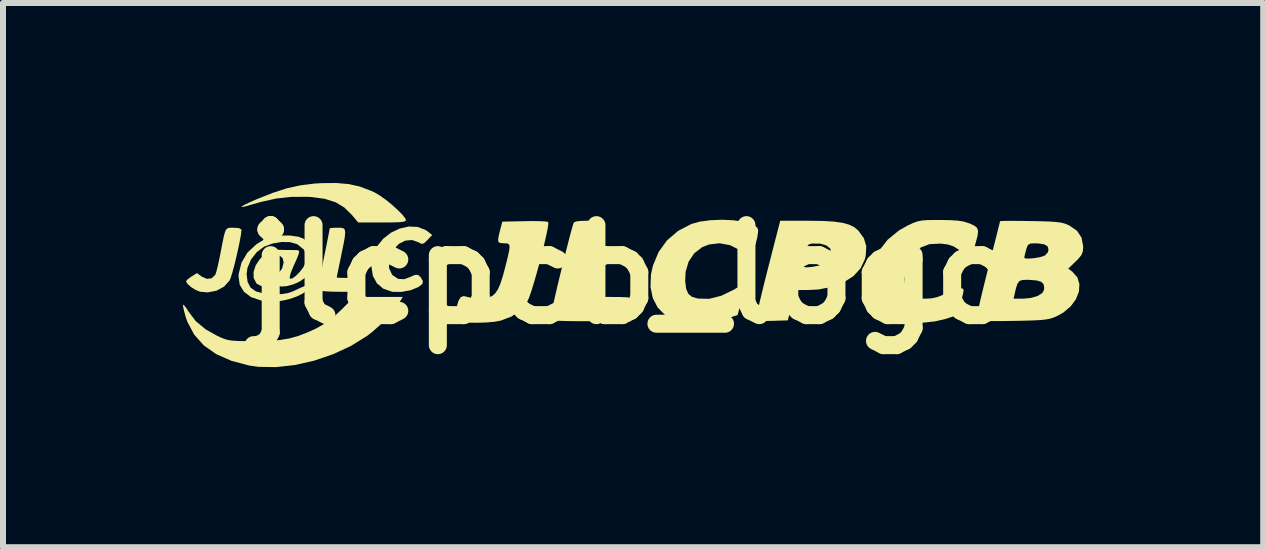
<source format=kicad_pcb>
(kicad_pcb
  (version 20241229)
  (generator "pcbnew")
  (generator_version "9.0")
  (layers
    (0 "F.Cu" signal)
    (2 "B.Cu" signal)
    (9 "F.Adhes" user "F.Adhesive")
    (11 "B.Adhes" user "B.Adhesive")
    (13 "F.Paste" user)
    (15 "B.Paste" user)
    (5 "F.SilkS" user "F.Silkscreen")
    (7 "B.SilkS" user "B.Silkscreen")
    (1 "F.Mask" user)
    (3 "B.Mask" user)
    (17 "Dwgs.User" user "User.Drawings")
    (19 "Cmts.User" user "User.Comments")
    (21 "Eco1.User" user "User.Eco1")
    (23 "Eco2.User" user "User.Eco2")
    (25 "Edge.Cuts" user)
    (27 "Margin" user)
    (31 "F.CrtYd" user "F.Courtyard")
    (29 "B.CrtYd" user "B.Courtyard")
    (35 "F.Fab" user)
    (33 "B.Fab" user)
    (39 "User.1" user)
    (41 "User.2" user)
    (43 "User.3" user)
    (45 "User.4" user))
  (footprint "jlcpcb_logo"
    (layer "F.Cu")
    (at 7.497 1.524)
    (property "Reference" "jlcpcb_logo" (at 0 0 0) (layer "F.SilkS") (effects (font (size 1.5 1.5) (thickness 0.3))))
    (attr board_only exclude_from_pos_files exclude_from_bom)
    (fp_poly (pts (xy -4.735 -1.506) (xy -4.551 -1.465) (xy -4.368 -1.396) (xy -4.301 -1.365) (xy -4.216 -1.315) (xy -4.116 -1.244) (xy -4.013 -1.16) (xy -3.918 -1.074) (xy -3.84 -0.995) (xy -3.792 -0.933) (xy -3.781 -0.905) (xy -3.793 -0.889) (xy -3.834 -0.877) (xy -3.91 -0.87) (xy -4.031 -0.867) (xy -4.179 -0.866) (xy -4.577 -0.866) (xy -4.684 -0.993) (xy -4.809 -1.116) (xy -4.956 -1.204) (xy -5.134 -1.26) (xy -5.353 -1.29) (xy -5.425 -1.294) (xy -5.69 -1.293) (xy -5.94 -1.266) (xy -6.198 -1.209) (xy -6.342 -1.168) (xy -6.456 -1.135) (xy -6.516 -1.123) (xy -6.523 -1.131) (xy -6.478 -1.158) (xy -6.382 -1.204) (xy -6.263 -1.256) (xy -5.998 -1.361) (xy -5.762 -1.437) (xy -5.536 -1.486) (xy -5.303 -1.515) (xy -5.181 -1.522) (xy -4.939 -1.524)) (stroke (width 0) (type solid)) (fill yes) (layer "F.SilkS"))
    (fp_poly (pts (xy -6.655 -0.779) (xy -6.651 -0.779) (xy -6.563 -0.772) (xy -6.525 -0.75) (xy -6.523 -0.74) (xy -6.53 -0.672) (xy -6.549 -0.566) (xy -6.576 -0.434) (xy -6.608 -0.292) (xy -6.642 -0.153) (xy -6.675 -0.031) (xy -6.703 0.058) (xy -6.719 0.098) (xy -6.812 0.202) (xy -6.939 0.271) (xy -7.087 0.299) (xy -7.211 0.288) (xy -7.284 0.259) (xy -7.36 0.212) (xy -7.42 0.16) (xy -7.447 0.115) (xy -7.447 0.113) (xy -7.425 0.086) (xy -7.37 0.044) (xy -7.355 0.034) (xy -7.264 -0.023) (xy -7.186 0.035) (xy -7.098 0.074) (xy -7.017 0.063) (xy -6.958 0.004) (xy -6.958 0.004) (xy -6.942 -0.044) (xy -6.919 -0.134) (xy -6.893 -0.254) (xy -6.871 -0.362) (xy -6.84 -0.524) (xy -6.817 -0.637) (xy -6.796 -0.711) (xy -6.774 -0.754) (xy -6.746 -0.774) (xy -6.708 -0.779)) (stroke (width 0) (type solid)) (fill yes) (layer "F.SilkS"))
    (fp_poly (pts (xy -4.864 -0.778) (xy -4.824 -0.77) (xy -4.801 -0.746) (xy -4.794 -0.699) (xy -4.801 -0.621) (xy -4.822 -0.503) (xy -4.856 -0.339) (xy -4.863 -0.302) (xy -4.891 -0.169) (xy -4.914 -0.059) (xy -4.929 0.018) (xy -4.935 0.05) (xy -4.935 0.051) (xy -4.909 0.054) (xy -4.839 0.057) (xy -4.739 0.058) (xy -4.718 0.058) (xy -4.593 0.062) (xy -4.517 0.076) (xy -4.483 0.108) (xy -4.484 0.161) (xy -4.501 0.211) (xy -4.53 0.289) (xy -4.876 0.289) (xy -5.011 0.287) (xy -5.124 0.281) (xy -5.203 0.273) (xy -5.237 0.263) (xy -5.236 0.228) (xy -5.226 0.146) (xy -5.206 0.026) (xy -5.179 -0.121) (xy -5.152 -0.261) (xy -5.119 -0.423) (xy -5.091 -0.564) (xy -5.069 -0.675) (xy -5.055 -0.747) (xy -5.051 -0.77) (xy -5.025 -0.775) (xy -4.96 -0.779) (xy -4.921 -0.779)) (stroke (width 0) (type solid)) (fill yes) (layer "F.SilkS"))
    (fp_poly (pts (xy -3.587 -0.792) (xy -3.455 -0.741) (xy -3.42 -0.717) (xy -3.344 -0.657) (xy -3.424 -0.574) (xy -3.478 -0.522) (xy -3.516 -0.509) (xy -3.558 -0.527) (xy -3.569 -0.534) (xy -3.678 -0.574) (xy -3.793 -0.564) (xy -3.901 -0.509) (xy -3.99 -0.413) (xy -4.012 -0.376) (xy -4.062 -0.235) (xy -4.064 -0.108) (xy -4.017 -0.005) (xy -3.999 0.016) (xy -3.91 0.074) (xy -3.81 0.079) (xy -3.713 0.043) (xy -3.633 0.008) (xy -3.582 0.007) (xy -3.54 0.041) (xy -3.533 0.051) (xy -3.498 0.113) (xy -3.51 0.16) (xy -3.574 0.209) (xy -3.577 0.211) (xy -3.705 0.263) (xy -3.856 0.291) (xy -3.999 0.29) (xy -4.012 0.288) (xy -4.158 0.238) (xy -4.266 0.147) (xy -4.333 0.023) (xy -4.357 -0.131) (xy -4.333 -0.306) (xy -4.33 -0.319) (xy -4.264 -0.468) (xy -4.161 -0.595) (xy -4.032 -0.696) (xy -3.886 -0.765) (xy -3.734 -0.799)) (stroke (width 0) (type solid)) (fill yes) (layer "F.SilkS"))
    (fp_poly (pts (xy -3.888 0.464) (xy -3.966 0.576) (xy -4.077 0.705) (xy -4.207 0.837) (xy -4.341 0.956) (xy -4.429 1.024) (xy -4.698 1.191) (xy -4.996 1.329) (xy -5.31 1.436) (xy -5.629 1.509) (xy -5.941 1.544) (xy -6.235 1.54) (xy -6.393 1.518) (xy -6.694 1.438) (xy -6.947 1.326) (xy -7.152 1.181) (xy -7.311 1.002) (xy -7.424 0.79) (xy -7.451 0.713) (xy -7.478 0.614) (xy -7.495 0.54) (xy -7.497 0.503) (xy -7.497 0.502) (xy -7.476 0.517) (xy -7.437 0.569) (xy -7.408 0.615) (xy -7.285 0.778) (xy -7.118 0.916) (xy -6.929 1.022) (xy -6.854 1.056) (xy -6.791 1.08) (xy -6.727 1.096) (xy -6.65 1.105) (xy -6.547 1.11) (xy -6.406 1.111) (xy -6.307 1.111) (xy -6.076 1.106) (xy -5.886 1.093) (xy -5.723 1.066) (xy -5.57 1.023) (xy -5.411 0.961) (xy -5.282 0.902) (xy -5.129 0.816) (xy -4.987 0.709) (xy -4.856 0.586) (xy -4.646 0.375) (xy -4.241 0.375) (xy -3.836 0.375)) (stroke (width 0) (type solid)) (fill yes) (layer "F.SilkS"))
    (fp_poly (pts (xy -0.597 -0.894) (xy -0.521 -0.889) (xy -0.48 -0.879) (xy -0.464 -0.86) (xy -0.462 -0.836) (xy -0.468 -0.795) (xy -0.487 -0.709) (xy -0.514 -0.587) (xy -0.548 -0.442) (xy -0.585 -0.284) (xy -0.624 -0.122) (xy -0.662 0.032) (xy -0.697 0.167) (xy -0.725 0.274) (xy -0.739 0.325) (xy -0.741 0.345) (xy -0.726 0.359) (xy -0.686 0.368) (xy -0.611 0.373) (xy -0.494 0.375) (xy -0.376 0.375) (xy -0.21 0.376) (xy -0.094 0.381) (xy -0.021 0.397) (xy 0.017 0.426) (xy 0.028 0.476) (xy 0.018 0.55) (xy 0.002 0.623) (xy -0.033 0.779) (xy -0.696 0.779) (xy -0.914 0.779) (xy -1.082 0.777) (xy -1.205 0.773) (xy -1.289 0.767) (xy -1.341 0.759) (xy -1.368 0.747) (xy -1.374 0.739) (xy -1.37 0.704) (xy -1.354 0.623) (xy -1.328 0.502) (xy -1.294 0.352) (xy -1.254 0.181) (xy -1.21 -0.002) (xy -1.164 -0.189) (xy -1.119 -0.371) (xy -1.076 -0.539) (xy -1.038 -0.685) (xy -1.006 -0.799) (xy -0.993 -0.844) (xy -0.978 -0.869) (xy -0.943 -0.884) (xy -0.876 -0.892) (xy -0.768 -0.895) (xy -0.72 -0.895)) (stroke (width 0) (type solid)) (fill yes) (layer "F.SilkS"))
    (fp_poly (pts (xy -1.543 -0.888) (xy -1.455 -0.883) (xy -1.412 -0.875) (xy -1.411 -0.874) (xy -1.409 -0.838) (xy -1.421 -0.757) (xy -1.446 -0.64) (xy -1.479 -0.496) (xy -1.519 -0.335) (xy -1.563 -0.167) (xy -1.608 -0.002) (xy -1.653 0.152) (xy -1.694 0.284) (xy -1.729 0.384) (xy -1.753 0.439) (xy -1.865 0.588) (xy -2.02 0.7) (xy -2.201 0.769) (xy -2.305 0.788) (xy -2.438 0.8) (xy -2.582 0.805) (xy -2.72 0.803) (xy -2.835 0.794) (xy -2.908 0.778) (xy -2.949 0.758) (xy -2.968 0.729) (xy -2.967 0.678) (xy -2.949 0.589) (xy -2.94 0.554) (xy -2.907 0.441) (xy -2.869 0.379) (xy -2.82 0.36) (xy -2.76 0.374) (xy -2.656 0.398) (xy -2.538 0.403) (xy -2.426 0.39) (xy -2.346 0.36) (xy -2.344 0.359) (xy -2.293 0.313) (xy -2.249 0.249) (xy -2.208 0.155) (xy -2.166 0.024) (xy -2.123 -0.138) (xy -2.085 -0.29) (xy -2.062 -0.395) (xy -2.054 -0.462) (xy -2.062 -0.499) (xy -2.087 -0.516) (xy -2.13 -0.519) (xy -2.15 -0.52) (xy -2.209 -0.523) (xy -2.24 -0.54) (xy -2.246 -0.582) (xy -2.232 -0.661) (xy -2.213 -0.736) (xy -2.176 -0.88) (xy -1.804 -0.888) (xy -1.663 -0.89)) (stroke (width 0) (type solid)) (fill yes) (layer "F.SilkS"))
    (fp_poly (pts (xy 1.674 -0.903) (xy 1.841 -0.88) (xy 1.948 -0.848) (xy 2.033 -0.811) (xy 2.075 -0.778) (xy 2.088 -0.737) (xy 2.087 -0.711) (xy 2.073 -0.613) (xy 2.046 -0.509) (xy 2.013 -0.415) (xy 1.979 -0.346) (xy 1.95 -0.318) (xy 1.948 -0.318) (xy 1.903 -0.333) (xy 1.83 -0.374) (xy 1.776 -0.41) (xy 1.617 -0.489) (xy 1.444 -0.52) (xy 1.272 -0.5) (xy 1.155 -0.455) (xy 1.023 -0.353) (xy 0.929 -0.213) (xy 0.879 -0.044) (xy 0.872 0.109) (xy 0.888 0.239) (xy 0.924 0.323) (xy 0.987 0.374) (xy 1.085 0.402) (xy 1.088 0.402) (xy 1.273 0.406) (xy 1.474 0.355) (xy 1.69 0.25) (xy 1.729 0.226) (xy 1.784 0.204) (xy 1.822 0.223) (xy 1.837 0.256) (xy 1.835 0.316) (xy 1.814 0.415) (xy 1.801 0.467) (xy 1.746 0.676) (xy 1.544 0.741) (xy 1.374 0.781) (xy 1.182 0.802) (xy 0.989 0.804) (xy 0.814 0.788) (xy 0.696 0.759) (xy 0.535 0.674) (xy 0.413 0.55) (xy 0.332 0.393) (xy 0.294 0.209) (xy 0.301 0.004) (xy 0.334 -0.146) (xy 0.43 -0.376) (xy 0.57 -0.569) (xy 0.754 -0.726) (xy 0.977 -0.842) (xy 1.118 -0.881) (xy 1.293 -0.904) (xy 1.485 -0.912)) (stroke (width 0) (type solid)) (fill yes) (layer "F.SilkS"))
    (fp_poly (pts (xy 3.161 -0.892) (xy 3.347 -0.881) (xy 3.491 -0.861) (xy 3.602 -0.831) (xy 3.688 -0.789) (xy 3.756 -0.733) (xy 3.759 -0.729) (xy 3.85 -0.604) (xy 3.89 -0.47) (xy 3.881 -0.316) (xy 3.866 -0.252) (xy 3.795 -0.102) (xy 3.676 0.027) (xy 3.515 0.131) (xy 3.319 0.206) (xy 3.095 0.25) (xy 2.924 0.259) (xy 2.715 0.26) (xy 2.684 0.382) (xy 2.655 0.493) (xy 2.623 0.612) (xy 2.617 0.635) (xy 2.582 0.765) (xy 2.329 0.773) (xy 2.201 0.775) (xy 2.12 0.77) (xy 2.076 0.757) (xy 2.062 0.741) (xy 2.061 0.717) (xy 2.069 0.665) (xy 2.086 0.581) (xy 2.113 0.463) (xy 2.15 0.306) (xy 2.199 0.107) (xy 2.261 -0.137) (xy 2.269 -0.167) (xy 2.829 -0.167) (xy 2.844 -0.129) (xy 2.888 -0.118) (xy 2.965 -0.124) (xy 2.972 -0.124) (xy 3.069 -0.141) (xy 3.15 -0.162) (xy 3.174 -0.173) (xy 3.234 -0.22) (xy 3.28 -0.276) (xy 3.31 -0.36) (xy 3.29 -0.431) (xy 3.225 -0.484) (xy 3.124 -0.514) (xy 2.993 -0.515) (xy 2.986 -0.515) (xy 2.935 -0.502) (xy 2.903 -0.468) (xy 2.877 -0.398) (xy 2.867 -0.361) (xy 2.838 -0.241) (xy 2.829 -0.167) (xy 2.269 -0.167) (xy 2.336 -0.43) (xy 2.425 -0.775) (xy 2.428 -0.787) (xy 2.456 -0.895) (xy 2.926 -0.895)) (stroke (width 0) (type solid)) (fill yes) (layer "F.SilkS"))
    (fp_poly (pts (xy 5.123 -0.908) (xy 5.289 -0.905) (xy 5.411 -0.897) (xy 5.506 -0.883) (xy 5.586 -0.859) (xy 5.614 -0.849) (xy 5.69 -0.814) (xy 5.735 -0.778) (xy 5.753 -0.728) (xy 5.746 -0.651) (xy 5.716 -0.536) (xy 5.701 -0.483) (xy 5.667 -0.382) (xy 5.629 -0.331) (xy 5.578 -0.327) (xy 5.501 -0.366) (xy 5.437 -0.41) (xy 5.346 -0.467) (xy 5.257 -0.498) (xy 5.142 -0.513) (xy 5.123 -0.514) (xy 4.944 -0.505) (xy 4.799 -0.45) (xy 4.683 -0.347) (xy 4.607 -0.226) (xy 4.551 -0.077) (xy 4.528 0.071) (xy 4.538 0.204) (xy 4.581 0.308) (xy 4.602 0.333) (xy 4.651 0.373) (xy 4.708 0.395) (xy 4.793 0.403) (xy 4.859 0.404) (xy 4.974 0.399) (xy 5.072 0.378) (xy 5.179 0.335) (xy 5.24 0.306) (xy 5.37 0.247) (xy 5.458 0.225) (xy 5.504 0.239) (xy 5.512 0.27) (xy 5.504 0.313) (xy 5.484 0.394) (xy 5.459 0.49) (xy 5.406 0.678) (xy 5.207 0.742) (xy 5.04 0.781) (xy 4.851 0.802) (xy 4.66 0.805) (xy 4.486 0.789) (xy 4.364 0.76) (xy 4.219 0.684) (xy 4.096 0.575) (xy 4.009 0.445) (xy 3.983 0.375) (xy 3.966 0.273) (xy 3.959 0.146) (xy 3.961 0.055) (xy 4.006 -0.179) (xy 4.102 -0.393) (xy 4.246 -0.579) (xy 4.435 -0.734) (xy 4.584 -0.818) (xy 4.669 -0.857) (xy 4.74 -0.883) (xy 4.813 -0.898) (xy 4.901 -0.906) (xy 5.022 -0.908)) (stroke (width 0) (type solid)) (fill yes) (layer "F.SilkS"))
    (fp_poly (pts (xy 6.483 -0.892) (xy 6.631 -0.89) (xy 6.82 -0.886) (xy 6.961 -0.881) (xy 7.064 -0.873) (xy 7.14 -0.863) (xy 7.2 -0.847) (xy 7.252 -0.826) (xy 7.274 -0.816) (xy 7.401 -0.729) (xy 7.477 -0.615) (xy 7.504 -0.472) (xy 7.505 -0.46) (xy 7.499 -0.383) (xy 7.475 -0.323) (xy 7.422 -0.258) (xy 7.38 -0.217) (xy 7.256 -0.098) (xy 7.324 -0.046) (xy 7.407 0.047) (xy 7.442 0.161) (xy 7.434 0.285) (xy 7.385 0.411) (xy 7.298 0.53) (xy 7.176 0.634) (xy 7.064 0.696) (xy 7.008 0.719) (xy 6.953 0.737) (xy 6.888 0.749) (xy 6.804 0.759) (xy 6.691 0.765) (xy 6.541 0.77) (xy 6.343 0.774) (xy 6.328 0.774) (xy 6.123 0.777) (xy 5.969 0.777) (xy 5.859 0.775) (xy 5.787 0.769) (xy 5.746 0.76) (xy 5.729 0.746) (xy 5.729 0.746) (xy 5.732 0.709) (xy 5.748 0.623) (xy 5.776 0.497) (xy 5.797 0.404) (xy 6.345 0.404) (xy 6.499 0.404) (xy 6.621 0.393) (xy 6.73 0.364) (xy 6.754 0.354) (xy 6.824 0.309) (xy 6.852 0.257) (xy 6.855 0.218) (xy 6.844 0.16) (xy 6.805 0.122) (xy 6.729 0.1) (xy 6.607 0.09) (xy 6.573 0.089) (xy 6.493 0.092) (xy 6.442 0.11) (xy 6.408 0.156) (xy 6.382 0.24) (xy 6.366 0.31) (xy 6.345 0.404) (xy 5.797 0.404) (xy 5.813 0.338) (xy 5.858 0.152) (xy 5.909 -0.052) (xy 5.917 -0.084) (xy 5.966 -0.277) (xy 6.523 -0.277) (xy 6.548 -0.265) (xy 6.612 -0.265) (xy 6.695 -0.273) (xy 6.781 -0.288) (xy 6.851 -0.309) (xy 6.869 -0.317) (xy 6.917 -0.37) (xy 6.927 -0.416) (xy 6.911 -0.47) (xy 6.856 -0.502) (xy 6.757 -0.517) (xy 6.691 -0.519) (xy 6.619 -0.514) (xy 6.582 -0.488) (xy 6.557 -0.423) (xy 6.554 -0.411) (xy 6.534 -0.335) (xy 6.524 -0.283) (xy 6.523 -0.277) (xy 5.966 -0.277) (xy 5.969 -0.288) (xy 6.016 -0.474) (xy 6.057 -0.634) (xy 6.088 -0.761) (xy 6.11 -0.847) (xy 6.119 -0.886) (xy 6.119 -0.887) (xy 6.146 -0.891) (xy 6.222 -0.893) (xy 6.338 -0.893)) (stroke (width 0) (type solid)) (fill yes) (layer "F.SilkS"))
    (fp_poly (pts (xy -5.575 -0.629) (xy -5.492 -0.598) (xy -5.39 -0.512) (xy -5.327 -0.393) (xy -5.311 -0.289) (xy -5.33 -0.185) (xy -5.379 -0.069) (xy -5.445 0.032) (xy -5.475 0.064) (xy -5.557 0.12) (xy -5.658 0.165) (xy -5.762 0.193) (xy -5.853 0.202) (xy -5.917 0.187) (xy -5.932 0.173) (xy -5.97 0.16) (xy -6.003 0.173) (xy -6.096 0.2) (xy -6.193 0.193) (xy -6.268 0.155) (xy -6.273 0.149) (xy -6.319 0.06) (xy -6.321 -0.021) (xy -6.148 -0.021) (xy -6.13 0.055) (xy -6.083 0.088) (xy -6.015 0.076) (xy -5.934 0.017) (xy -5.918 0.001) (xy -5.846 -0.1) (xy -5.82 -0.198) (xy -5.836 -0.271) (xy -5.884 -0.312) (xy -5.947 -0.309) (xy -6.016 -0.272) (xy -6.079 -0.208) (xy -6.126 -0.126) (xy -6.148 -0.034) (xy -6.148 -0.021) (xy -6.321 -0.021) (xy -6.321 -0.044) (xy -6.285 -0.153) (xy -6.218 -0.254) (xy -6.128 -0.338) (xy -6.021 -0.394) (xy -5.91 -0.411) (xy -5.794 -0.408) (xy -5.676 -0.407) (xy -5.665 -0.407) (xy -5.608 -0.407) (xy -5.574 -0.401) (xy -5.561 -0.38) (xy -5.571 -0.335) (xy -5.602 -0.257) (xy -5.656 -0.137) (xy -5.668 -0.109) (xy -5.703 -0.022) (xy -5.719 0.044) (xy -5.716 0.072) (xy -5.675 0.066) (xy -5.617 0.024) (xy -5.552 -0.041) (xy -5.494 -0.117) (xy -5.455 -0.192) (xy -5.451 -0.203) (xy -5.44 -0.317) (xy -5.481 -0.412) (xy -5.576 -0.492) (xy -5.605 -0.508) (xy -5.715 -0.539) (xy -5.854 -0.541) (xy -6.002 -0.516) (xy -6.139 -0.466) (xy -6.144 -0.464) (xy -6.267 -0.373) (xy -6.364 -0.249) (xy -6.423 -0.108) (xy -6.437 -0.007) (xy -6.421 0.124) (xy -6.371 0.219) (xy -6.281 0.283) (xy -6.148 0.319) (xy -5.974 0.33) (xy -5.846 0.327) (xy -5.749 0.311) (xy -5.656 0.278) (xy -5.592 0.247) (xy -5.504 0.207) (xy -5.438 0.183) (xy -5.408 0.182) (xy -5.399 0.223) (xy -5.437 0.271) (xy -5.51 0.323) (xy -5.61 0.371) (xy -5.727 0.411) (xy -5.85 0.438) (xy -5.903 0.444) (xy -6.023 0.448) (xy -6.144 0.441) (xy -6.202 0.432) (xy -6.364 0.377) (xy -6.481 0.289) (xy -6.552 0.171) (xy -6.572 0.029) (xy -6.57 -0.005) (xy -6.522 -0.198) (xy -6.424 -0.364) (xy -6.274 -0.503) (xy -6.148 -0.581) (xy -6.023 -0.625) (xy -5.872 -0.648) (xy -5.715 -0.649)) (stroke (width 0) (type solid)) (fill yes) (layer "F.SilkS")))
  (gr_rect
    (start -3 -3)
    (end 18.002 6.069)
    (stroke (width 0.1) (type default))
    (fill no)
    (layer "Edge.Cuts")))
</source>
